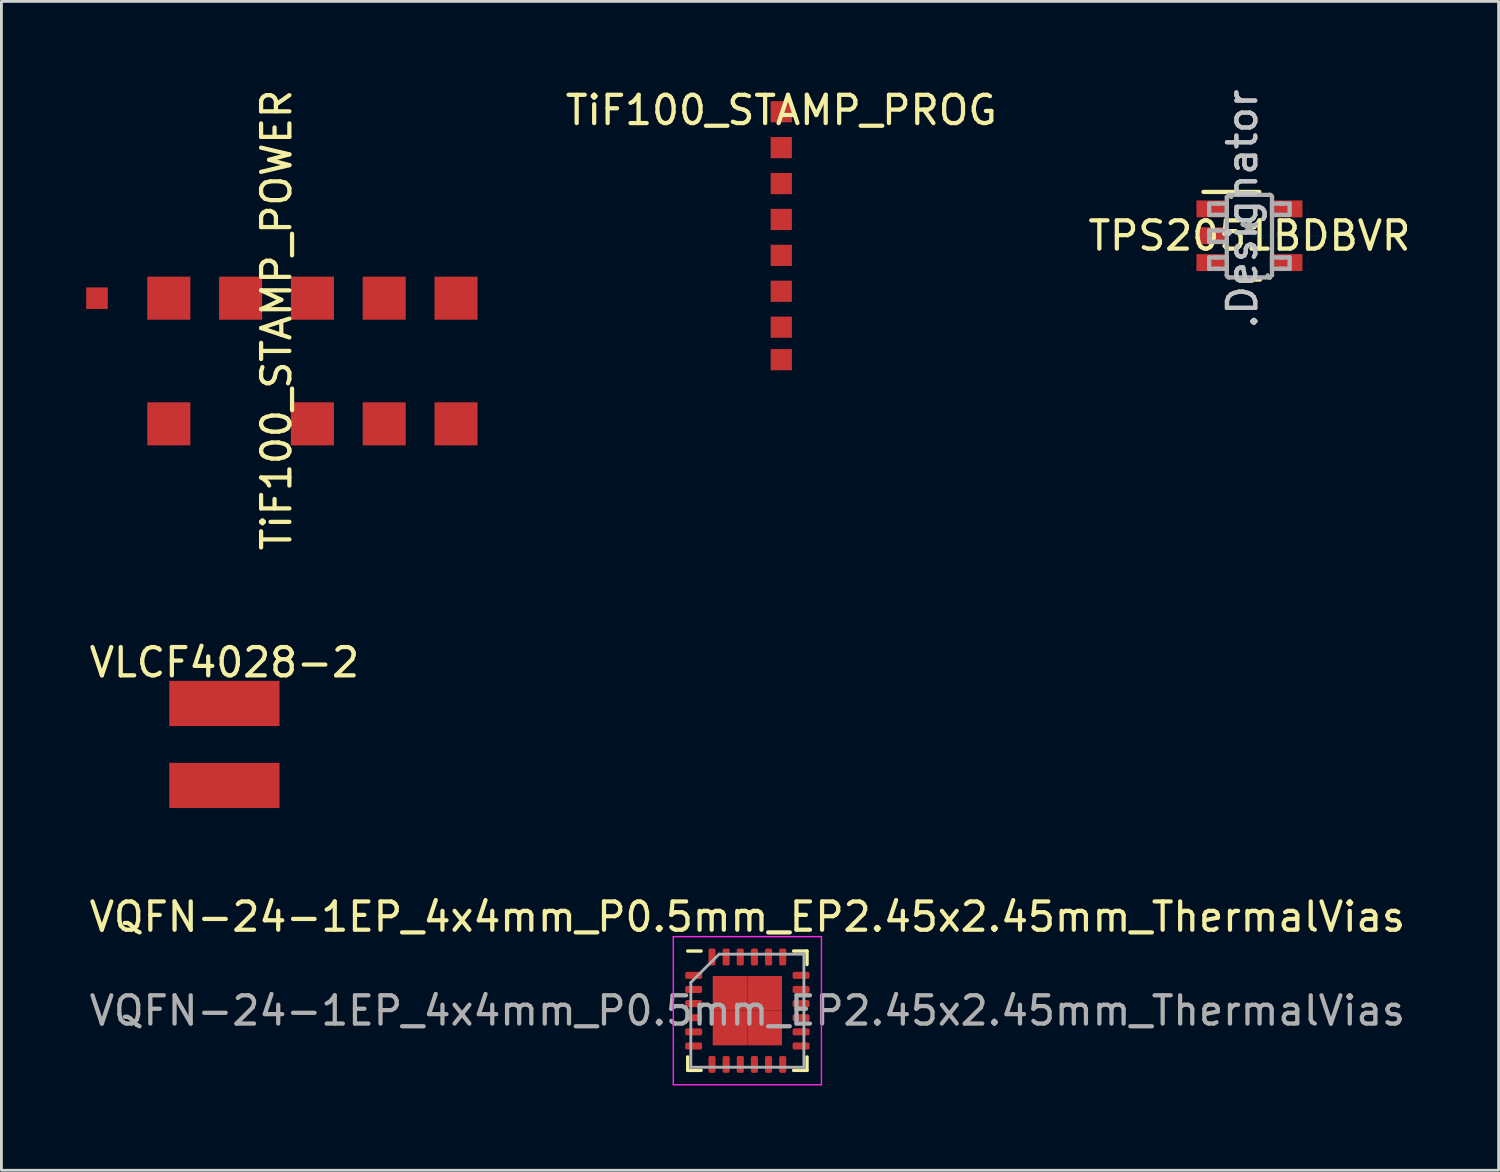
<source format=kicad_pcb>
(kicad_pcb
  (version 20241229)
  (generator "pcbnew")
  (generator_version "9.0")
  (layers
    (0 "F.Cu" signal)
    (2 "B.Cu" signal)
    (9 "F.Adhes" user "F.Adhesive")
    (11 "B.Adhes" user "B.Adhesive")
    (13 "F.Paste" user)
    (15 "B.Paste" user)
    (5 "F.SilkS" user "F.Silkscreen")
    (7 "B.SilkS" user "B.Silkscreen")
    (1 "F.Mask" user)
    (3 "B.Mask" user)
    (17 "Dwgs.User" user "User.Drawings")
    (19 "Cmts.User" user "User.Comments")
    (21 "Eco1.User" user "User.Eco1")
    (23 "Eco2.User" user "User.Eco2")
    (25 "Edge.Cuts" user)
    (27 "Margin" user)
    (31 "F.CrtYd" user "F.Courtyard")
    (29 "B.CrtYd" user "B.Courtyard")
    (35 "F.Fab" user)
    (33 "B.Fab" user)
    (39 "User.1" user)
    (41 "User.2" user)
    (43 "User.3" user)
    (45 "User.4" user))
  (footprint "TiF100_STAMP_POWER"
    (layer "F.Cu")
    (at 6.731 8.768)
    (property "Reference" "TiF100_STAMP_POWER" (at 0 -0.5 90) (unlocked yes) (layer "F.SilkS") (effects (font (size 1 1) (thickness 0.15))))
    (pad "1" smd rect (at -6.35 -1.27) (size 0.762 0.762) (layers "F.Cu" "F.Mask" "F.Paste"))
    (pad "2" smd rect (at -3.81 -1.27) (size 1.524 1.524) (layers "F.Cu" "F.Mask" "F.Paste"))
    (pad "2" smd rect (at -1.27 -1.27) (size 1.524 1.524) (layers "F.Cu" "F.Mask" "F.Paste"))
    (pad "3" smd rect (at 1.27 -1.27) (size 1.524 1.524) (layers "F.Cu" "F.Mask" "F.Paste"))
    (pad "3" smd rect (at 1.27 3.175) (size 1.524 1.524) (layers "F.Cu" "F.Mask" "F.Paste"))
    (pad "3" smd rect (at 3.81 -1.27) (size 1.524 1.524) (layers "F.Cu" "F.Mask" "F.Paste"))
    (pad "4" smd rect (at 6.35 -1.27) (size 1.524 1.524) (layers "F.Cu" "F.Mask" "F.Paste"))
    (pad "5" smd rect (at -3.81 3.175) (size 1.524 1.524) (layers "F.Cu" "F.Mask" "F.Paste"))
    (pad "6" smd rect (at 3.81 3.175) (size 1.524 1.524) (layers "F.Cu" "F.Mask" "F.Paste"))
    (pad "7" smd rect (at 6.35 3.175) (size 1.524 1.524) (layers "F.Cu" "F.Mask" "F.Paste")))
  (footprint "TPS2051BDBVR"
    (layer "F.Cu")
    (at 41.147 5.289)
    (property "Reference" "TPS2051BDBVR" (at 0 0 0) (layer "F.SilkS") (effects (font (size 1 1) (thickness 0.15))))
    (attr through_hole)
    (fp_line (start -1.625 -1.55) (end 0.35 -1.55) (stroke (width 0.152) (type solid)) (layer "F.SilkS"))
    (fp_line (start -0.4 1.55) (end 0.375 1.55) (stroke (width 0.152) (type solid)) (layer "F.SilkS"))
    (fp_line (start -1.423 -1.138) (end -1.199 -1.138) (stroke (width 0.152) (type solid)) (layer "F.Fab"))
    (fp_line (start -1.423 -0.738) (end -1.423 -1.138) (stroke (width 0.152) (type solid)) (layer "F.Fab"))
    (fp_line (start -1.423 -0.738) (end -1.199 -0.738) (stroke (width 0.152) (type solid)) (layer "F.Fab"))
    (fp_line (start -1.423 -0.186) (end -1.199 -0.186) (stroke (width 0.152) (type solid)) (layer "F.Fab"))
    (fp_line (start -1.423 0.215) (end -1.423 -0.186) (stroke (width 0.152) (type solid)) (layer "F.Fab"))
    (fp_line (start -1.423 0.215) (end -1.199 0.215) (stroke (width 0.152) (type solid)) (layer "F.Fab"))
    (fp_line (start -1.423 0.767) (end -1.199 0.767) (stroke (width 0.152) (type solid)) (layer "F.Fab"))
    (fp_line (start -1.423 1.167) (end -1.423 0.767) (stroke (width 0.152) (type solid)) (layer "F.Fab"))
    (fp_line (start -1.423 1.167) (end -1.199 1.167) (stroke (width 0.152) (type solid)) (layer "F.Fab"))
    (fp_line (start -1.199 -1.138) (end -1.105 -1.138) (stroke (width 0.152) (type solid)) (layer "F.Fab"))
    (fp_line (start -1.199 -0.738) (end -1.105 -0.738) (stroke (width 0.152) (type solid)) (layer "F.Fab"))
    (fp_line (start -1.199 -0.186) (end -1.105 -0.186) (stroke (width 0.152) (type solid)) (layer "F.Fab"))
    (fp_line (start -1.199 0.215) (end -1.105 0.215) (stroke (width 0.152) (type solid)) (layer "F.Fab"))
    (fp_line (start -1.199 0.767) (end -1.105 0.767) (stroke (width 0.152) (type solid)) (layer "F.Fab"))
    (fp_line (start -1.199 1.167) (end -1.105 1.167) (stroke (width 0.152) (type solid)) (layer "F.Fab"))
    (fp_line (start -1.105 -1.138) (end -1.088 -1.138) (stroke (width 0.152) (type solid)) (layer "F.Fab"))
    (fp_line (start -1.105 -0.738) (end -1.088 -0.738) (stroke (width 0.152) (type solid)) (layer "F.Fab"))
    (fp_line (start -1.105 -0.186) (end -1.088 -0.186) (stroke (width 0.152) (type solid)) (layer "F.Fab"))
    (fp_line (start -1.105 0.215) (end -1.088 0.215) (stroke (width 0.152) (type solid)) (layer "F.Fab"))
    (fp_line (start -1.105 0.767) (end -1.088 0.767) (stroke (width 0.152) (type solid)) (layer "F.Fab"))
    (fp_line (start -1.105 1.167) (end -1.088 1.167) (stroke (width 0.152) (type solid)) (layer "F.Fab"))
    (fp_line (start -1.088 -1.138) (end -0.835 -1.138) (stroke (width 0.152) (type solid)) (layer "F.Fab"))
    (fp_line (start -1.088 -0.738) (end -0.835 -0.738) (stroke (width 0.152) (type solid)) (layer "F.Fab"))
    (fp_line (start -1.088 -0.186) (end -0.835 -0.186) (stroke (width 0.152) (type solid)) (layer "F.Fab"))
    (fp_line (start -1.088 0.215) (end -0.835 0.215) (stroke (width 0.152) (type solid)) (layer "F.Fab"))
    (fp_line (start -1.088 0.767) (end -0.835 0.767) (stroke (width 0.152) (type solid)) (layer "F.Fab"))
    (fp_line (start -1.088 1.167) (end -0.835 1.167) (stroke (width 0.152) (type solid)) (layer "F.Fab"))
    (fp_line (start -0.835 -1.138) (end -0.801 -1.138) (stroke (width 0.152) (type solid)) (layer "F.Fab"))
    (fp_line (start -0.835 -0.738) (end -0.801 -0.738) (stroke (width 0.152) (type solid)) (layer "F.Fab"))
    (fp_line (start -0.835 -0.186) (end -0.801 -0.186) (stroke (width 0.152) (type solid)) (layer "F.Fab"))
    (fp_line (start -0.835 0.215) (end -0.801 0.215) (stroke (width 0.152) (type solid)) (layer "F.Fab"))
    (fp_line (start -0.835 0.767) (end -0.801 0.767) (stroke (width 0.152) (type solid)) (layer "F.Fab"))
    (fp_line (start -0.835 1.167) (end -0.801 1.167) (stroke (width 0.152) (type solid)) (layer "F.Fab"))
    (fp_line (start -0.801 -1.37) (end -0.801 -1.371) (stroke (width 0.152) (type solid)) (layer "F.Fab"))
    (fp_line (start -0.801 -0.738) (end -0.801 -1.138) (stroke (width 0.152) (type solid)) (layer "F.Fab"))
    (fp_line (start -0.801 0.215) (end -0.801 -0.186) (stroke (width 0.152) (type solid)) (layer "F.Fab"))
    (fp_line (start -0.801 1.167) (end -0.801 0.767) (stroke (width 0.152) (type solid)) (layer "F.Fab"))
    (fp_line (start -0.801 1.399) (end -0.801 -1.37) (stroke (width 0.152) (type solid)) (layer "F.Fab"))
    (fp_line (start -0.801 1.4) (end -0.801 1.399) (stroke (width 0.152) (type solid)) (layer "F.Fab"))
    (fp_line (start -0.725 -1.446) (end -0.725 -1.446) (stroke (width 0.152) (type solid)) (layer "F.Fab"))
    (fp_line (start -0.725 1.475) (end -0.725 1.475) (stroke (width 0.152) (type solid)) (layer "F.Fab"))
    (fp_line (start -0.725 -1.446) (end 0.723 -1.446) (stroke (width 0.152) (type solid)) (layer "F.Fab"))
    (fp_line (start -0.725 1.475) (end 0.723 1.475) (stroke (width 0.152) (type solid)) (layer "F.Fab"))
    (fp_line (start 0.723 -1.446) (end 0.724 -1.446) (stroke (width 0.152) (type solid)) (layer "F.Fab"))
    (fp_line (start 0.723 1.475) (end 0.724 1.475) (stroke (width 0.152) (type solid)) (layer "F.Fab"))
    (fp_line (start 0.799 -1.37) (end 0.799 -1.371) (stroke (width 0.152) (type solid)) (layer "F.Fab"))
    (fp_line (start 0.799 -1.138) (end 0.834 -1.138) (stroke (width 0.152) (type solid)) (layer "F.Fab"))
    (fp_line (start 0.799 -0.738) (end 0.799 -1.138) (stroke (width 0.152) (type solid)) (layer "F.Fab"))
    (fp_line (start 0.799 -0.738) (end 0.834 -0.738) (stroke (width 0.152) (type solid)) (layer "F.Fab"))
    (fp_line (start 0.799 0.767) (end 0.834 0.767) (stroke (width 0.152) (type solid)) (layer "F.Fab"))
    (fp_line (start 0.799 1.167) (end 0.799 0.767) (stroke (width 0.152) (type solid)) (layer "F.Fab"))
    (fp_line (start 0.799 1.167) (end 0.834 1.167) (stroke (width 0.152) (type solid)) (layer "F.Fab"))
    (fp_line (start 0.799 1.399) (end 0.799 -1.37) (stroke (width 0.152) (type solid)) (layer "F.Fab"))
    (fp_line (start 0.799 1.4) (end 0.799 1.399) (stroke (width 0.152) (type solid)) (layer "F.Fab"))
    (fp_line (start 0.834 -1.138) (end 1.087 -1.138) (stroke (width 0.152) (type solid)) (layer "F.Fab"))
    (fp_line (start 0.834 -0.738) (end 1.087 -0.738) (stroke (width 0.152) (type solid)) (layer "F.Fab"))
    (fp_line (start 0.834 0.767) (end 1.087 0.767) (stroke (width 0.152) (type solid)) (layer "F.Fab"))
    (fp_line (start 0.834 1.167) (end 1.087 1.167) (stroke (width 0.152) (type solid)) (layer "F.Fab"))
    (fp_line (start 1.087 -1.138) (end 1.103 -1.138) (stroke (width 0.152) (type solid)) (layer "F.Fab"))
    (fp_line (start 1.087 -0.738) (end 1.103 -0.738) (stroke (width 0.152) (type solid)) (layer "F.Fab"))
    (fp_line (start 1.087 0.767) (end 1.103 0.767) (stroke (width 0.152) (type solid)) (layer "F.Fab"))
    (fp_line (start 1.087 1.167) (end 1.103 1.167) (stroke (width 0.152) (type solid)) (layer "F.Fab"))
    (fp_line (start 1.103 -1.138) (end 1.198 -1.138) (stroke (width 0.152) (type solid)) (layer "F.Fab"))
    (fp_line (start 1.103 -0.738) (end 1.198 -0.738) (stroke (width 0.152) (type solid)) (layer "F.Fab"))
    (fp_line (start 1.103 0.767) (end 1.198 0.767) (stroke (width 0.152) (type solid)) (layer "F.Fab"))
    (fp_line (start 1.103 1.167) (end 1.198 1.167) (stroke (width 0.152) (type solid)) (layer "F.Fab"))
    (fp_line (start 1.198 -1.138) (end 1.422 -1.138) (stroke (width 0.152) (type solid)) (layer "F.Fab"))
    (fp_line (start 1.198 -0.738) (end 1.422 -0.738) (stroke (width 0.152) (type solid)) (layer "F.Fab"))
    (fp_line (start 1.198 0.767) (end 1.422 0.767) (stroke (width 0.152) (type solid)) (layer "F.Fab"))
    (fp_line (start 1.198 1.167) (end 1.422 1.167) (stroke (width 0.152) (type solid)) (layer "F.Fab"))
    (fp_line (start 1.422 -0.738) (end 1.422 -1.138) (stroke (width 0.152) (type solid)) (layer "F.Fab"))
    (fp_line (start 1.422 1.167) (end 1.422 0.767) (stroke (width 0.152) (type solid)) (layer "F.Fab"))
    (fp_arc (start -0.724553 1.475001) (mid -0.777896 1.453214) (end -0.800733 1.400313) (stroke (width 0.1524) (type solid)) (layer "F.Fab"))
    (fp_arc (start -0.72454 -1.445999) (mid -0.671189 -1.424209) (end -0.648348 -1.3713) (stroke (width 0.1524) (type solid)) (layer "F.Fab"))
    (fp_arc (start 0.723255 -1.445999) (mid 0.776606 -1.424209) (end 0.799447 -1.3713) (stroke (width 0.1524) (type solid)) (layer "F.Fab"))
    (fp_arc (start 0.723268 1.475001) (mid 0.669925 1.453214) (end 0.647088 1.400313) (stroke (width 0.1524) (type solid)) (layer "F.Fab"))
    (fp_text user "*" (at 0 0 0) (layer "F.SilkS") (effects (font (size 1 1) (thickness 0.15))))
    (fp_text user ".Designator" (at -0.25 -0.95 270) (layer "Dwgs.User") (effects (font (size 1 1) (thickness 0.15))))
    (fp_text user "Copyright 2016 Accelerated Designs. All rights reserved." (at 0 0 0) (layer "Cmts.User") (effects (font (size 0.127 0.127) (thickness 0.002))))
    (fp_text user "*" (at 0 0 0) (layer "F.Fab") (effects (font (size 1 1) (thickness 0.15))))
    (fp_text user ".Designator" (at -0.25 -0.95 270) (layer "F.Fab") (effects (font (size 1 1) (thickness 0.15))))
    (pad "1" smd rect (at -1.375 -0.95 90) (size 0.6 1) (layers "F.Cu" "F.Mask" "F.Paste"))
    (pad "2" smd rect (at -1.375 0 90) (size 0.6 1) (layers "F.Cu" "F.Mask" "F.Paste"))
    (pad "3" smd rect (at -1.375 0.95 90) (size 0.6 1) (layers "F.Cu" "F.Mask" "F.Paste"))
    (pad "4" smd rect (at 1.375 0.95 90) (size 0.6 1) (layers "F.Cu" "F.Mask" "F.Paste"))
    (pad "5" smd rect (at 1.375 -0.95 90) (size 0.6 1) (layers "F.Cu" "F.Mask" "F.Paste")))
  (footprint "TiF100_STAMP_PROG"
    (layer "F.Cu")
    (at 24.587 5.348)
    (property "Reference" "TiF100_STAMP_PROG" (at 0 -4.5 0) (unlocked yes) (layer "F.SilkS") (effects (font (size 1 1) (thickness 0.15))))
    (pad "1" smd rect (at 0 -4.445) (size 0.75 0.75) (layers "F.Cu" "F.Mask" "F.Paste"))
    (pad "2" smd rect (at 0 -3.175) (size 0.75 0.75) (layers "F.Cu" "F.Mask" "F.Paste"))
    (pad "3" smd rect (at 0 -1.905) (size 0.75 0.75) (layers "F.Cu" "F.Mask" "F.Paste"))
    (pad "4" smd rect (at 0 -0.635) (size 0.75 0.75) (layers "F.Cu" "F.Mask" "F.Paste"))
    (pad "5" smd rect (at 0 0.635) (size 0.75 0.75) (layers "F.Cu" "F.Mask" "F.Paste"))
    (pad "6" smd rect (at 0 1.905) (size 0.75 0.75) (layers "F.Cu" "F.Mask" "F.Paste"))
    (pad "7" smd rect (at 0 3.175) (size 0.75 0.75) (layers "F.Cu" "F.Mask" "F.Paste"))
    (pad "8" smd rect (at 0 4.325) (size 0.75 0.75) (layers "F.Cu" "F.Mask" "F.Paste")))
  (footprint "VLCF4028-2"
    (layer "F.Cu")
    (at 4.887 23.284)
    (property "Reference" "VLCF4028-2" (at 0 -2.9 0) (layer "F.SilkS") (effects (font (size 1 1) (thickness 0.15))))
    (attr through_hole)
    (pad "1" smd rect (at 0 1.45) (size 3.9 1.6) (layers "F.Cu" "F.Mask" "F.Paste"))
    (pad "2" smd rect (at 0 -1.45) (size 3.9 1.6) (layers "F.Cu" "F.Mask" "F.Paste")))
  (footprint "VQFN-24-1EP_4x4mm_P0.5mm_EP2.45x2.45mm_ThermalVias"
    (layer "F.Cu")
    (at 23.387 32.702)
    (property "Reference" "VQFN-24-1EP_4x4mm_P0.5mm_EP2.45x2.45mm_ThermalVias" (at 0 -3.32 0) (layer "F.SilkS") (effects (font (size 1 1) (thickness 0.15))))
    (attr smd)
    (fp_line (start -2.11 2.11) (end -2.11 1.635) (stroke (width 0.12) (type solid)) (layer "F.SilkS"))
    (fp_line (start -1.635 -2.11) (end -2.11 -2.11) (stroke (width 0.12) (type solid)) (layer "F.SilkS"))
    (fp_line (start -1.635 2.11) (end -2.11 2.11) (stroke (width 0.12) (type solid)) (layer "F.SilkS"))
    (fp_line (start 1.635 -2.11) (end 2.11 -2.11) (stroke (width 0.12) (type solid)) (layer "F.SilkS"))
    (fp_line (start 1.635 2.11) (end 2.11 2.11) (stroke (width 0.12) (type solid)) (layer "F.SilkS"))
    (fp_line (start 2.11 -2.11) (end 2.11 -1.635) (stroke (width 0.12) (type solid)) (layer "F.SilkS"))
    (fp_line (start 2.11 2.11) (end 2.11 1.635) (stroke (width 0.12) (type solid)) (layer "F.SilkS"))
    (fp_line (start -2.62 -2.62) (end -2.62 2.62) (stroke (width 0.05) (type solid)) (layer "F.CrtYd"))
    (fp_line (start -2.62 2.62) (end 2.62 2.62) (stroke (width 0.05) (type solid)) (layer "F.CrtYd"))
    (fp_line (start 2.62 -2.62) (end -2.62 -2.62) (stroke (width 0.05) (type solid)) (layer "F.CrtYd"))
    (fp_line (start 2.62 2.62) (end 2.62 -2.62) (stroke (width 0.05) (type solid)) (layer "F.CrtYd"))
    (fp_line (start -2 -1) (end -1 -2) (stroke (width 0.1) (type solid)) (layer "F.Fab"))
    (fp_line (start -2 2) (end -2 -1) (stroke (width 0.1) (type solid)) (layer "F.Fab"))
    (fp_line (start -1 -2) (end 2 -2) (stroke (width 0.1) (type solid)) (layer "F.Fab"))
    (fp_line (start 2 -2) (end 2 2) (stroke (width 0.1) (type solid)) (layer "F.Fab"))
    (fp_line (start 2 2) (end -2 2) (stroke (width 0.1) (type solid)) (layer "F.Fab"))
    (fp_text user "${REFERENCE}" (at 0 0 0) (layer "F.Fab") (effects (font (size 1 1) (thickness 0.15))))
    (pad "1" smd roundrect (at -1.9 -1.25) (size 0.6 0.25) (layers "F.Cu" "F.Mask" "F.Paste") (roundrect_rratio 0.25))
    (pad "2" smd roundrect (at -1.9 -0.75) (size 0.6 0.25) (layers "F.Cu" "F.Mask" "F.Paste") (roundrect_rratio 0.25))
    (pad "3" smd roundrect (at -1.9 -0.25) (size 0.6 0.25) (layers "F.Cu" "F.Mask" "F.Paste") (roundrect_rratio 0.25))
    (pad "4" smd roundrect (at -1.9 0.25) (size 0.6 0.25) (layers "F.Cu" "F.Mask" "F.Paste") (roundrect_rratio 0.25))
    (pad "5" smd roundrect (at -1.9 0.75) (size 0.6 0.25) (layers "F.Cu" "F.Mask" "F.Paste") (roundrect_rratio 0.25))
    (pad "6" smd roundrect (at -1.9 1.25) (size 0.6 0.25) (layers "F.Cu" "F.Mask" "F.Paste") (roundrect_rratio 0.25))
    (pad "7" smd roundrect (at -1.25 1.9) (size 0.25 0.6) (layers "F.Cu" "F.Mask" "F.Paste") (roundrect_rratio 0.25))
    (pad "8" smd roundrect (at -0.75 1.9) (size 0.25 0.6) (layers "F.Cu" "F.Mask" "F.Paste") (roundrect_rratio 0.25))
    (pad "9" smd roundrect (at -0.25 1.9) (size 0.25 0.6) (layers "F.Cu" "F.Mask" "F.Paste") (roundrect_rratio 0.25))
    (pad "10" smd roundrect (at 0.25 1.9) (size 0.25 0.6) (layers "F.Cu" "F.Mask" "F.Paste") (roundrect_rratio 0.25))
    (pad "11" smd roundrect (at 0.75 1.9) (size 0.25 0.6) (layers "F.Cu" "F.Mask" "F.Paste") (roundrect_rratio 0.25))
    (pad "12" smd roundrect (at 1.25 1.9) (size 0.25 0.6) (layers "F.Cu" "F.Mask" "F.Paste") (roundrect_rratio 0.25))
    (pad "13" smd roundrect (at 1.9 1.25) (size 0.6 0.25) (layers "F.Cu" "F.Mask" "F.Paste") (roundrect_rratio 0.25))
    (pad "14" smd roundrect (at 1.9 0.75) (size 0.6 0.25) (layers "F.Cu" "F.Mask" "F.Paste") (roundrect_rratio 0.25))
    (pad "15" smd roundrect (at 1.9 0.25) (size 0.6 0.25) (layers "F.Cu" "F.Mask" "F.Paste") (roundrect_rratio 0.25))
    (pad "16" smd roundrect (at 1.9 -0.25) (size 0.6 0.25) (layers "F.Cu" "F.Mask" "F.Paste") (roundrect_rratio 0.25))
    (pad "17" smd roundrect (at 1.9 -0.75) (size 0.6 0.25) (layers "F.Cu" "F.Mask" "F.Paste") (roundrect_rratio 0.25))
    (pad "18" smd roundrect (at 1.9 -1.25) (size 0.6 0.25) (layers "F.Cu" "F.Mask" "F.Paste") (roundrect_rratio 0.25))
    (pad "19" smd roundrect (at 1.25 -1.9) (size 0.25 0.6) (layers "F.Cu" "F.Mask" "F.Paste") (roundrect_rratio 0.25))
    (pad "20" smd roundrect (at 0.75 -1.9) (size 0.25 0.6) (layers "F.Cu" "F.Mask" "F.Paste") (roundrect_rratio 0.25))
    (pad "21" smd roundrect (at 0.25 -1.9) (size 0.25 0.6) (layers "F.Cu" "F.Mask" "F.Paste") (roundrect_rratio 0.25))
    (pad "22" smd roundrect (at -0.25 -1.9) (size 0.25 0.6) (layers "F.Cu" "F.Mask" "F.Paste") (roundrect_rratio 0.25))
    (pad "23" smd roundrect (at -0.75 -1.9) (size 0.25 0.6) (layers "F.Cu" "F.Mask" "F.Paste") (roundrect_rratio 0.25))
    (pad "24" smd roundrect (at -1.25 -1.9) (size 0.25 0.6) (layers "F.Cu" "F.Mask" "F.Paste") (roundrect_rratio 0.25))
    (pad "25" smd rect (at -0.613 -0.613) (size 1.225 1.225) (layers "F.Cu" "F.Mask" "F.Paste"))
    (pad "25" smd rect (at -0.613 0.613) (size 1.225 1.225) (layers "F.Cu" "F.Mask" "F.Paste"))
    (pad "25" smd rect (at 0.613 -0.613) (size 1.225 1.225) (layers "F.Cu" "F.Mask" "F.Paste"))
    (pad "25" smd rect (at 0.613 0.613) (size 1.225 1.225) (layers "F.Cu" "F.Mask" "F.Paste")))
  (gr_rect
    (start -3 -3)
    (end 49.962 38.347)
    (stroke (width 0.1) (type default))
    (fill no)
    (layer "Edge.Cuts")))
</source>
